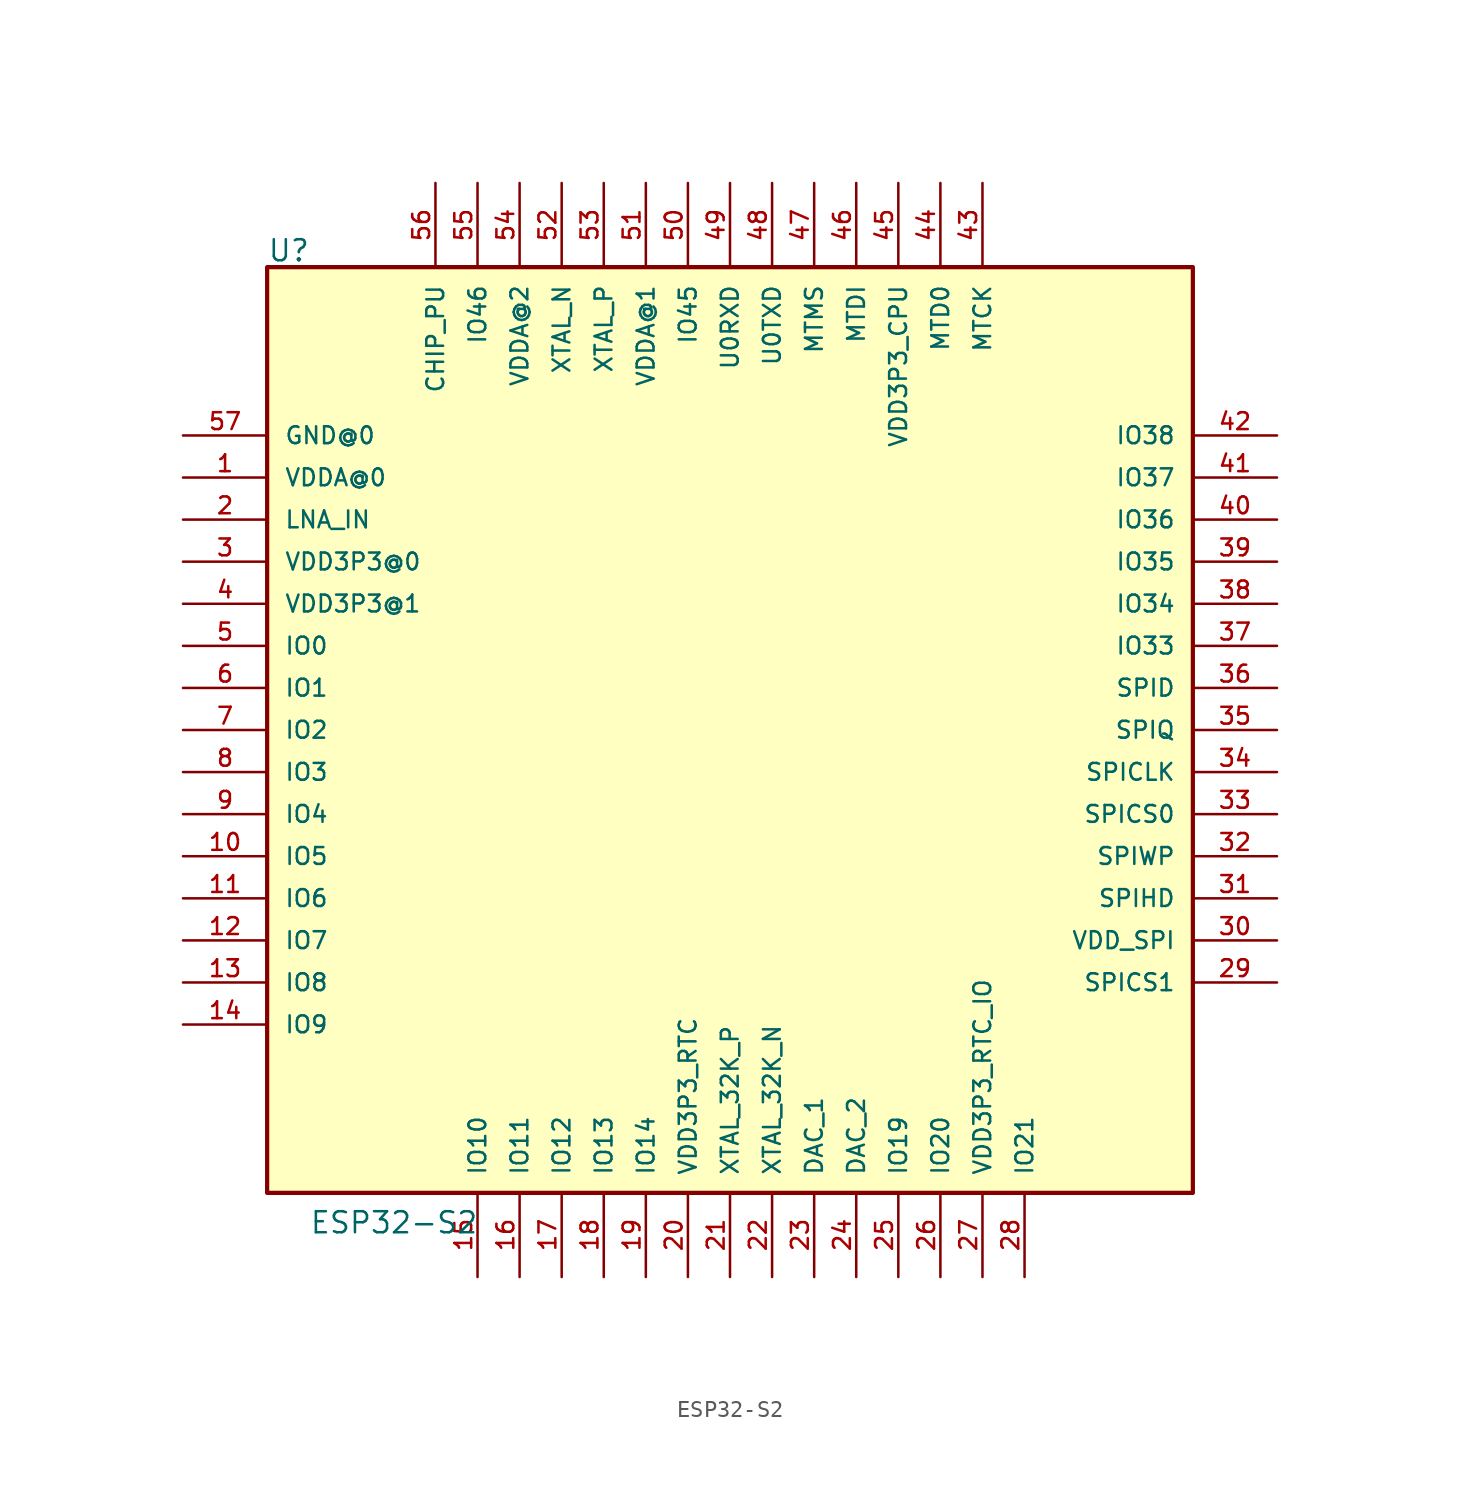
<source format=kicad_sym>
(kicad_symbol_lib
  (version 20211014)
  (generator kicad_symbol_editor)
  (symbol "ESP32-S2"
    (pin_names
      (offset 1.016))
    (property "Reference" "U"
      (at -27.94 28.194 0)
      (effects (font (size 1.27 1.27)) (justify bottom left)))
    (property "Value" "ESP32-S2"
      (at -25.4 -30.48 0)
      (effects (font (size 1.27 1.27)) (justify bottom left)))
    (symbol "ESP32-S2_0_0"
      (rectangle (start -27.94 -27.94) (end 27.94 27.94) (stroke (width 0.254)) (fill (type background)))
      (pin power_in line (at -33.02 15.24 0) (length 5.08) (name "VDDA@0" (effects (font (size 1.016 1.016)))) (number "1" (effects (font (size 1.016 1.016)))))
      (pin bidirectional line (at -33.02 12.7 0) (length 5.08) (name "LNA_IN" (effects (font (size 1.016 1.016)))) (number "2" (effects (font (size 1.016 1.016)))))
      (pin power_in line (at -33.02 10.16 0) (length 5.08) (name "VDD3P3@0" (effects (font (size 1.016 1.016)))) (number "3" (effects (font (size 1.016 1.016)))))
      (pin power_in line (at -2.54 -33.02 90.0) (length 5.08) (name "VDD3P3_RTC" (effects (font (size 1.016 1.016)))) (number "20" (effects (font (size 1.016 1.016)))))
      (pin bidirectional line (at 0.0 -33.02 90.0) (length 5.08) (name "XTAL_32K_P" (effects (font (size 1.016 1.016)))) (number "21" (effects (font (size 1.016 1.016)))))
      (pin bidirectional line (at 2.54 -33.02 90.0) (length 5.08) (name "XTAL_32K_N" (effects (font (size 1.016 1.016)))) (number "22" (effects (font (size 1.016 1.016)))))
      (pin bidirectional line (at 5.08 -33.02 90.0) (length 5.08) (name "DAC_1" (effects (font (size 1.016 1.016)))) (number "23" (effects (font (size 1.016 1.016)))))
      (pin bidirectional line (at 7.62 -33.02 90.0) (length 5.08) (name "DAC_2" (effects (font (size 1.016 1.016)))) (number "24" (effects (font (size 1.016 1.016)))))
      (pin power_in line (at 15.24 -33.02 90.0) (length 5.08) (name "VDD3P3_RTC_IO" (effects (font (size 1.016 1.016)))) (number "27" (effects (font (size 1.016 1.016)))))
      (pin bidirectional line (at 33.02 -15.24 180.0) (length 5.08) (name "SPICS1" (effects (font (size 1.016 1.016)))) (number "29" (effects (font (size 1.016 1.016)))))
      (pin power_in line (at 33.02 -12.7 180.0) (length 5.08) (name "VDD_SPI" (effects (font (size 1.016 1.016)))) (number "30" (effects (font (size 1.016 1.016)))))
      (pin bidirectional line (at 33.02 -10.16 180.0) (length 5.08) (name "SPIHD" (effects (font (size 1.016 1.016)))) (number "31" (effects (font (size 1.016 1.016)))))
      (pin bidirectional line (at 33.02 -7.62 180.0) (length 5.08) (name "SPIWP" (effects (font (size 1.016 1.016)))) (number "32" (effects (font (size 1.016 1.016)))))
      (pin bidirectional line (at 33.02 -5.08 180.0) (length 5.08) (name "SPICS0" (effects (font (size 1.016 1.016)))) (number "33" (effects (font (size 1.016 1.016)))))
      (pin bidirectional line (at 33.02 -2.54 180.0) (length 5.08) (name "SPICLK" (effects (font (size 1.016 1.016)))) (number "34" (effects (font (size 1.016 1.016)))))
      (pin bidirectional line (at 33.02 0.0 180.0) (length 5.08) (name "SPIQ" (effects (font (size 1.016 1.016)))) (number "35" (effects (font (size 1.016 1.016)))))
      (pin bidirectional line (at 33.02 2.54 180.0) (length 5.08) (name "SPID" (effects (font (size 1.016 1.016)))) (number "36" (effects (font (size 1.016 1.016)))))
      (pin bidirectional line (at 15.24 33.02 270.0) (length 5.08) (name "MTCK" (effects (font (size 1.016 1.016)))) (number "43" (effects (font (size 1.016 1.016)))))
      (pin bidirectional line (at 12.7 33.02 270.0) (length 5.08) (name "MTD0" (effects (font (size 1.016 1.016)))) (number "44" (effects (font (size 1.016 1.016)))))
      (pin power_in line (at 10.16 33.02 270.0) (length 5.08) (name "VDD3P3_CPU" (effects (font (size 1.016 1.016)))) (number "45" (effects (font (size 1.016 1.016)))))
      (pin bidirectional line (at 7.62 33.02 270.0) (length 5.08) (name "MTDI" (effects (font (size 1.016 1.016)))) (number "46" (effects (font (size 1.016 1.016)))))
      (pin bidirectional line (at 2.54 33.02 270.0) (length 5.08) (name "U0TXD" (effects (font (size 1.016 1.016)))) (number "48" (effects (font (size 1.016 1.016)))))
      (pin bidirectional line (at 0.0 33.02 270.0) (length 5.08) (name "U0RXD" (effects (font (size 1.016 1.016)))) (number "49" (effects (font (size 1.016 1.016)))))
      (pin bidirectional line (at -2.54 33.02 270.0) (length 5.08) (name "IO45" (effects (font (size 1.016 1.016)))) (number "50" (effects (font (size 1.016 1.016)))))
      (pin bidirectional line (at 5.08 33.02 270.0) (length 5.08) (name "MTMS" (effects (font (size 1.016 1.016)))) (number "47" (effects (font (size 1.016 1.016)))))
      (pin bidirectional line (at -7.62 33.02 270.0) (length 5.08) (name "XTAL_P" (effects (font (size 1.016 1.016)))) (number "53" (effects (font (size 1.016 1.016)))))
      (pin bidirectional line (at -10.16 33.02 270.0) (length 5.08) (name "XTAL_N" (effects (font (size 1.016 1.016)))) (number "52" (effects (font (size 1.016 1.016)))))
      (pin input line (at -15.24 33.02 270.0) (length 5.08) (name "IO46" (effects (font (size 1.016 1.016)))) (number "55" (effects (font (size 1.016 1.016)))))
      (pin input line (at -17.78 33.02 270.0) (length 5.08) (name "CHIP_PU" (effects (font (size 1.016 1.016)))) (number "56" (effects (font (size 1.016 1.016)))))
      (pin bidirectional line (at -33.02 5.08 0) (length 5.08) (name "IO0" (effects (font (size 1.016 1.016)))) (number "5" (effects (font (size 1.016 1.016)))))
      (pin bidirectional line (at -33.02 2.54 0) (length 5.08) (name "IO1" (effects (font (size 1.016 1.016)))) (number "6" (effects (font (size 1.016 1.016)))))
      (pin bidirectional line (at -33.02 0.0 0) (length 5.08) (name "IO2" (effects (font (size 1.016 1.016)))) (number "7" (effects (font (size 1.016 1.016)))))
      (pin bidirectional line (at -33.02 -2.54 0) (length 5.08) (name "IO3" (effects (font (size 1.016 1.016)))) (number "8" (effects (font (size 1.016 1.016)))))
      (pin bidirectional line (at -33.02 -5.08 0) (length 5.08) (name "IO4" (effects (font (size 1.016 1.016)))) (number "9" (effects (font (size 1.016 1.016)))))
      (pin bidirectional line (at -33.02 -7.62 0) (length 5.08) (name "IO5" (effects (font (size 1.016 1.016)))) (number "10" (effects (font (size 1.016 1.016)))))
      (pin bidirectional line (at -33.02 -10.16 0) (length 5.08) (name "IO6" (effects (font (size 1.016 1.016)))) (number "11" (effects (font (size 1.016 1.016)))))
      (pin bidirectional line (at -33.02 -12.7 0) (length 5.08) (name "IO7" (effects (font (size 1.016 1.016)))) (number "12" (effects (font (size 1.016 1.016)))))
      (pin bidirectional line (at -33.02 -15.24 0) (length 5.08) (name "IO8" (effects (font (size 1.016 1.016)))) (number "13" (effects (font (size 1.016 1.016)))))
      (pin bidirectional line (at -33.02 -17.78 0) (length 5.08) (name "IO9" (effects (font (size 1.016 1.016)))) (number "14" (effects (font (size 1.016 1.016)))))
      (pin bidirectional line (at -15.24 -33.02 90.0) (length 5.08) (name "IO10" (effects (font (size 1.016 1.016)))) (number "15" (effects (font (size 1.016 1.016)))))
      (pin bidirectional line (at -12.7 -33.02 90.0) (length 5.08) (name "IO11" (effects (font (size 1.016 1.016)))) (number "16" (effects (font (size 1.016 1.016)))))
      (pin bidirectional line (at -10.16 -33.02 90.0) (length 5.08) (name "IO12" (effects (font (size 1.016 1.016)))) (number "17" (effects (font (size 1.016 1.016)))))
      (pin bidirectional line (at -7.62 -33.02 90.0) (length 5.08) (name "IO13" (effects (font (size 1.016 1.016)))) (number "18" (effects (font (size 1.016 1.016)))))
      (pin bidirectional line (at 33.02 5.08 180.0) (length 5.08) (name "IO33" (effects (font (size 1.016 1.016)))) (number "37" (effects (font (size 1.016 1.016)))))
      (pin bidirectional line (at 33.02 7.62 180.0) (length 5.08) (name "IO34" (effects (font (size 1.016 1.016)))) (number "38" (effects (font (size 1.016 1.016)))))
      (pin bidirectional line (at 33.02 10.16 180.0) (length 5.08) (name "IO35" (effects (font (size 1.016 1.016)))) (number "39" (effects (font (size 1.016 1.016)))))
      (pin bidirectional line (at 33.02 12.7 180.0) (length 5.08) (name "IO36" (effects (font (size 1.016 1.016)))) (number "40" (effects (font (size 1.016 1.016)))))
      (pin bidirectional line (at 33.02 15.24 180.0) (length 5.08) (name "IO37" (effects (font (size 1.016 1.016)))) (number "41" (effects (font (size 1.016 1.016)))))
      (pin bidirectional line (at 33.02 17.78 180.0) (length 5.08) (name "IO38" (effects (font (size 1.016 1.016)))) (number "42" (effects (font (size 1.016 1.016)))))
      (pin bidirectional line (at -5.08 -33.02 90.0) (length 5.08) (name "IO14" (effects (font (size 1.016 1.016)))) (number "19" (effects (font (size 1.016 1.016)))))
      (pin bidirectional line (at 10.16 -33.02 90.0) (length 5.08) (name "IO19" (effects (font (size 1.016 1.016)))) (number "25" (effects (font (size 1.016 1.016)))))
      (pin bidirectional line (at 12.7 -33.02 90.0) (length 5.08) (name "IO20" (effects (font (size 1.016 1.016)))) (number "26" (effects (font (size 1.016 1.016)))))
      (pin bidirectional line (at 17.78 -33.02 90.0) (length 5.08) (name "IO21" (effects (font (size 1.016 1.016)))) (number "28" (effects (font (size 1.016 1.016)))))
      (pin power_in line (at -12.7 33.02 270.0) (length 5.08) (name "VDDA@2" (effects (font (size 1.016 1.016)))) (number "54" (effects (font (size 1.016 1.016)))))
      (pin power_in line (at -5.08 33.02 270.0) (length 5.08) (name "VDDA@1" (effects (font (size 1.016 1.016)))) (number "51" (effects (font (size 1.016 1.016)))))
      (pin power_in line (at -33.02 7.62 0) (length 5.08) (name "VDD3P3@1" (effects (font (size 1.016 1.016)))) (number "4" (effects (font (size 1.016 1.016)))))
      (pin power_in line (at -33.02 17.78 0) (length 5.08) (name "GND@0" (effects (font (size 1.016 1.016)))) (number "57" (effects (font (size 1.016 1.016))))))))
</source>
